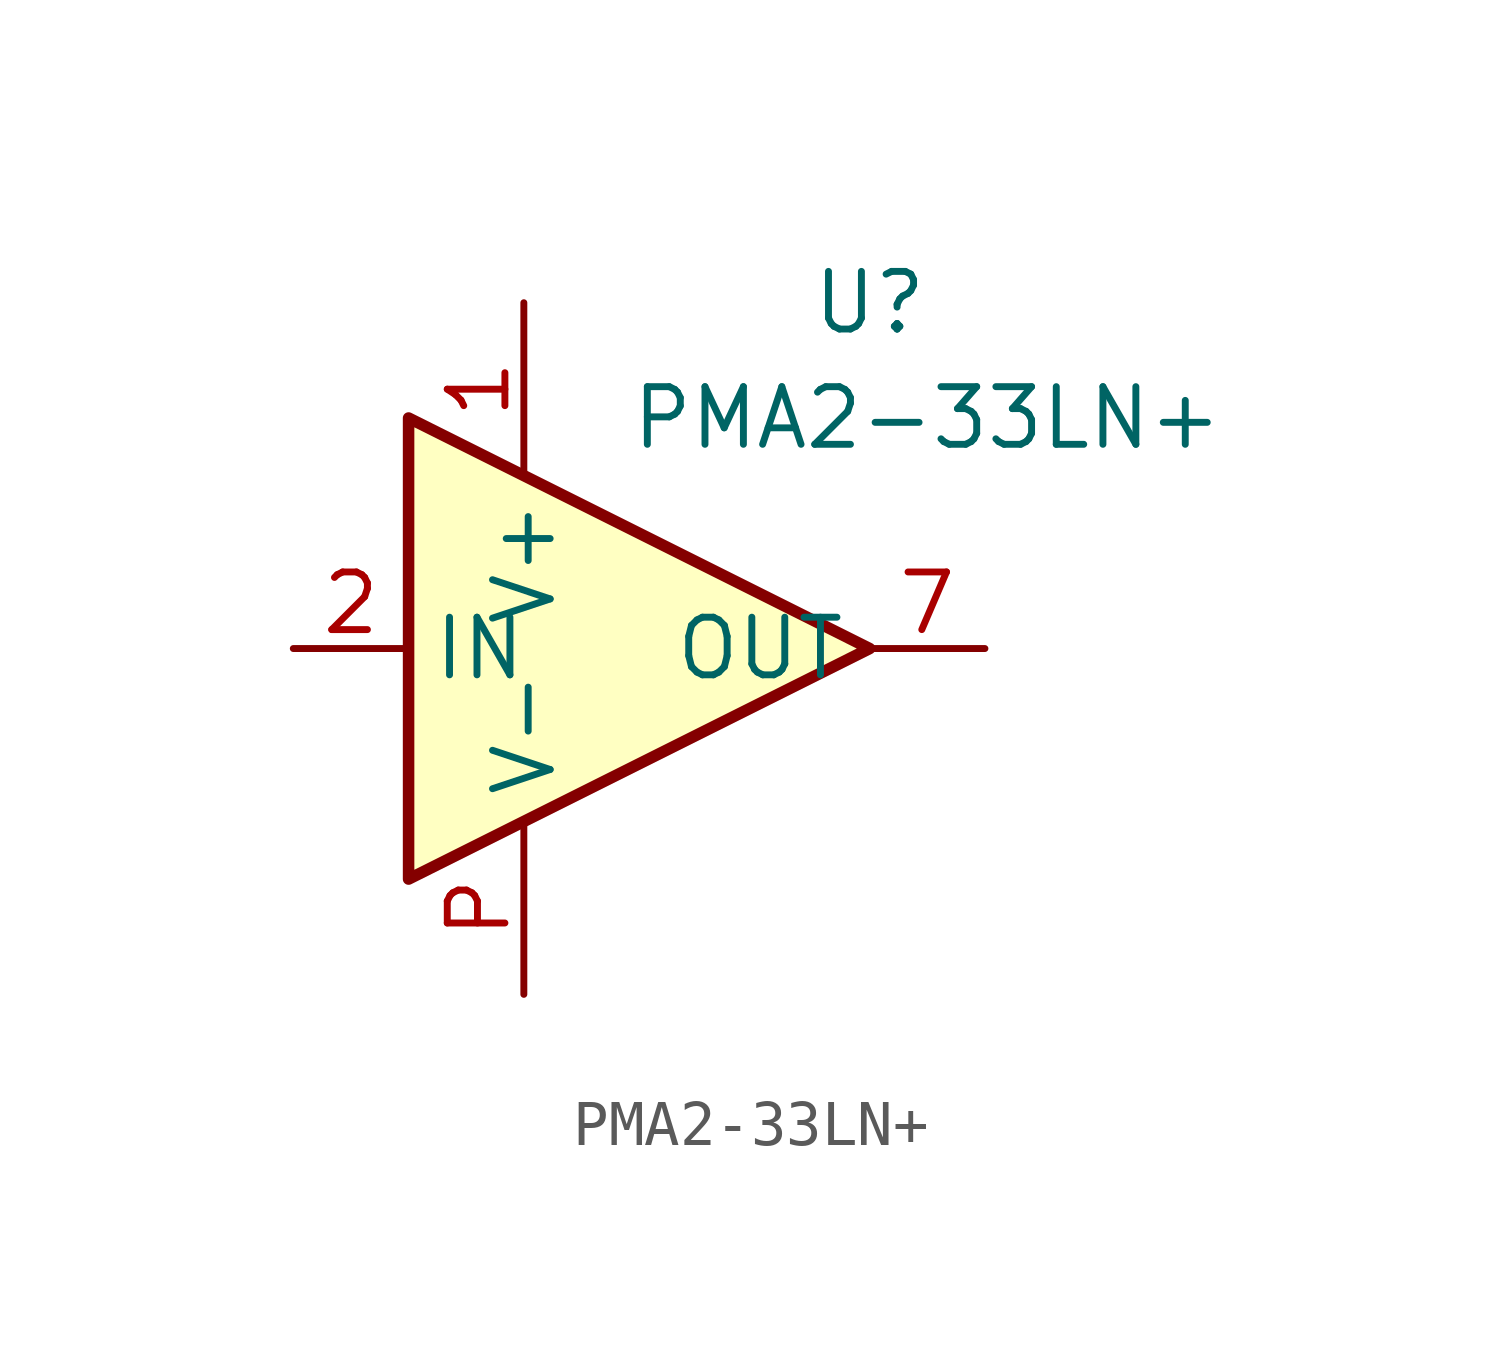
<source format=kicad_sym>
(kicad_symbol_lib
  (version 20211014)
  (generator kicad_symbol_editor)
  (symbol "PMA2-33LN+"
    (pin_names
      (offset 0.5))
    (property "Reference" "U"
      (at 7.62 7.62 0)
      (effects (font (size 1.27 1.27))))
    (property "Value" "PMA2-33LN+"
      (at 8.89 5.08 0)
      (effects (font (size 1.27 1.27))))
    (symbol "PMA2-33LN+_0_1"
      (polyline (pts (xy 7.62 0) (xy -2.54 5.08) (xy -2.54 -5.08) (xy 7.62 0)) (stroke (width 0.254) (type default) (color 0 0 0 0)) (fill (type background))))
    (symbol "PMA2-33LN+_1_1"
      (pin power_in line (at 0 7.62 270) (length 3.81) (name "V+" (effects (font (size 1.27 1.27)))) (number "1" (effects (font (size 1.27 1.27)))))
      (pin input line (at -5.08 0 0) (length 2.54) (name "IN" (effects (font (size 1.27 1.27)))) (number "2" (effects (font (size 1.27 1.27)))))
      (pin output line (at 10.16 0 180) (length 2.54) (name "OUT" (effects (font (size 1.27 1.27)))) (number "7" (effects (font (size 1.27 1.27)))))
      (pin power_in line (at 0 -7.62 90) (length 3.81) (name "V-" (effects (font (size 1.27 1.27)))) (number "P" (effects (font (size 1.27 1.27))))))))
</source>
